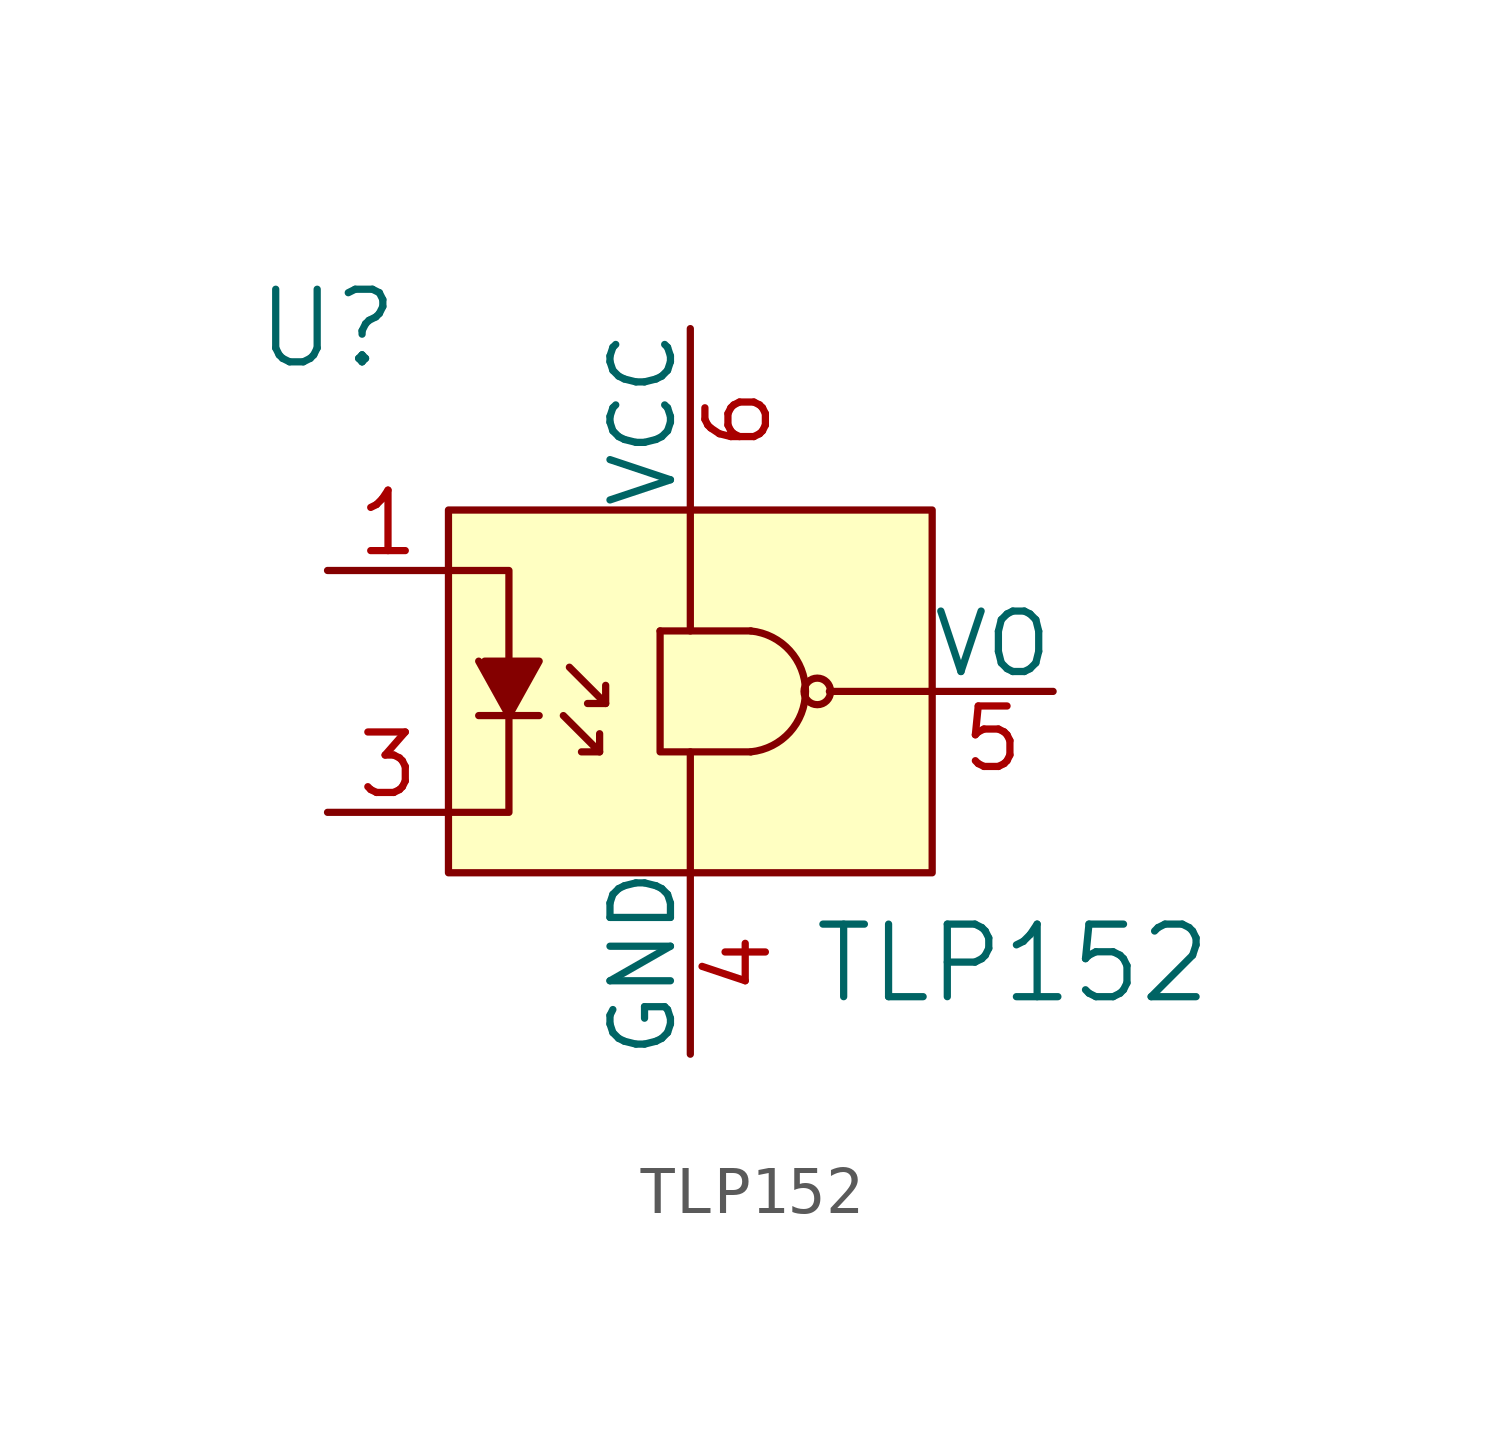
<source format=kicad_sym>
(kicad_symbol_lib
  (version 20211014)
  (generator kicad_symbol_editor)
  (symbol "TLP152"
    (pin_names
      (offset 0))
    (property "Reference" "U"
      (at -7.62 7.62 0)
      (effects (font (size 1.524 1.524))))
    (property "Value" "TLP152"
      (at 2.54 -5.715 0)
      (effects (font (size 1.524 1.524)) (justify left)))
    (symbol "TLP152_0_1"
      (rectangle (start -5.08 3.81) (end 5.08 -3.81) (stroke (width 0) (type default) (color 0 0 0 0)) (fill (type background)))
      (polyline (pts (xy -4.445 -0.508) (xy -3.175 -0.508)) (stroke (width 0) (type default) (color 0 0 0 0)) (fill (type none)))
      (polyline (pts (xy -1.905 -1.27) (xy -1.905 -0.889)) (stroke (width 0) (type default) (color 0 0 0 0)) (fill (type none)))
      (polyline (pts (xy -1.778 -0.254) (xy -2.159 -0.254)) (stroke (width 0) (type default) (color 0 0 0 0)) (fill (type none)))
      (polyline (pts (xy -0.635 1.27) (xy 1.27 1.27)) (stroke (width 0) (type default) (color 0 0 0 0)) (fill (type none)))
      (polyline (pts (xy 0 -3.81) (xy 0 -1.27)) (stroke (width 0) (type default) (color 0 0 0 0)) (fill (type none)))
      (polyline (pts (xy 0 3.81) (xy 0 1.27)) (stroke (width 0) (type default) (color 0 0 0 0)) (fill (type none)))
      (polyline (pts (xy 2.921 0) (xy 5.08 0)) (stroke (width 0) (type default) (color 0 0 0 0)) (fill (type none)))
      (polyline (pts (xy -5.08 -2.54) (xy -3.81 -2.54) (xy -3.81 -0.254)) (stroke (width 0) (type default) (color 0 0 0 0)) (fill (type none)))
      (polyline (pts (xy -5.08 2.54) (xy -3.81 2.54) (xy -3.81 0.508)) (stroke (width 0) (type default) (color 0 0 0 0)) (fill (type none)))
      (polyline (pts (xy -2.667 -0.508) (xy -1.905 -1.27) (xy -2.286 -1.27)) (stroke (width 0) (type default) (color 0 0 0 0)) (fill (type none)))
      (polyline (pts (xy -2.54 0.508) (xy -1.778 -0.254) (xy -1.778 0.127)) (stroke (width 0) (type default) (color 0 0 0 0)) (fill (type none)))
      (polyline (pts (xy -0.635 1.27) (xy -0.635 -1.27) (xy 1.27 -1.27)) (stroke (width 0) (type default) (color 0 0 0 0)) (fill (type none)))
      (polyline (pts (xy -4.318 0.635) (xy -3.175 0.635) (xy -3.81 -0.508) (xy -4.445 0.635)) (stroke (width 0) (type default) (color 0 0 0 0)) (fill (type outline)))
      (arc (start 1.27 -1.27) (mid 2.4193 0) (end 1.27 1.27) (stroke (width 0) (type default) (color 0 0 0 0)) (fill (type none)))
      (circle (center 2.667 0) (radius 0.279) (stroke (width 0) (type default) (color 0 0 0 0)) (fill (type none))))
    (symbol "TLP152_1_1"
      (pin passive line (at -7.62 2.54 0) (length 2.54) (name "~" (effects (font (size 1.27 1.27)))) (number "1" (effects (font (size 1.27 1.27)))))
      (pin passive line (at -7.62 -2.54 0) (length 2.54) (name "~" (effects (font (size 1.27 1.27)))) (number "3" (effects (font (size 1.27 1.27)))))
      (pin power_in line (at 0 -7.62 90) (length 3.81) (name "GND" (effects (font (size 1.27 1.27)))) (number "4" (effects (font (size 1.27 1.27)))))
      (pin output line (at 7.62 0 180) (length 2.54) (name "VO" (effects (font (size 1.27 1.27)))) (number "5" (effects (font (size 1.27 1.27)))))
      (pin power_in line (at 0 7.62 270) (length 3.81) (name "VCC" (effects (font (size 1.27 1.27)))) (number "6" (effects (font (size 1.27 1.27))))))))
</source>
